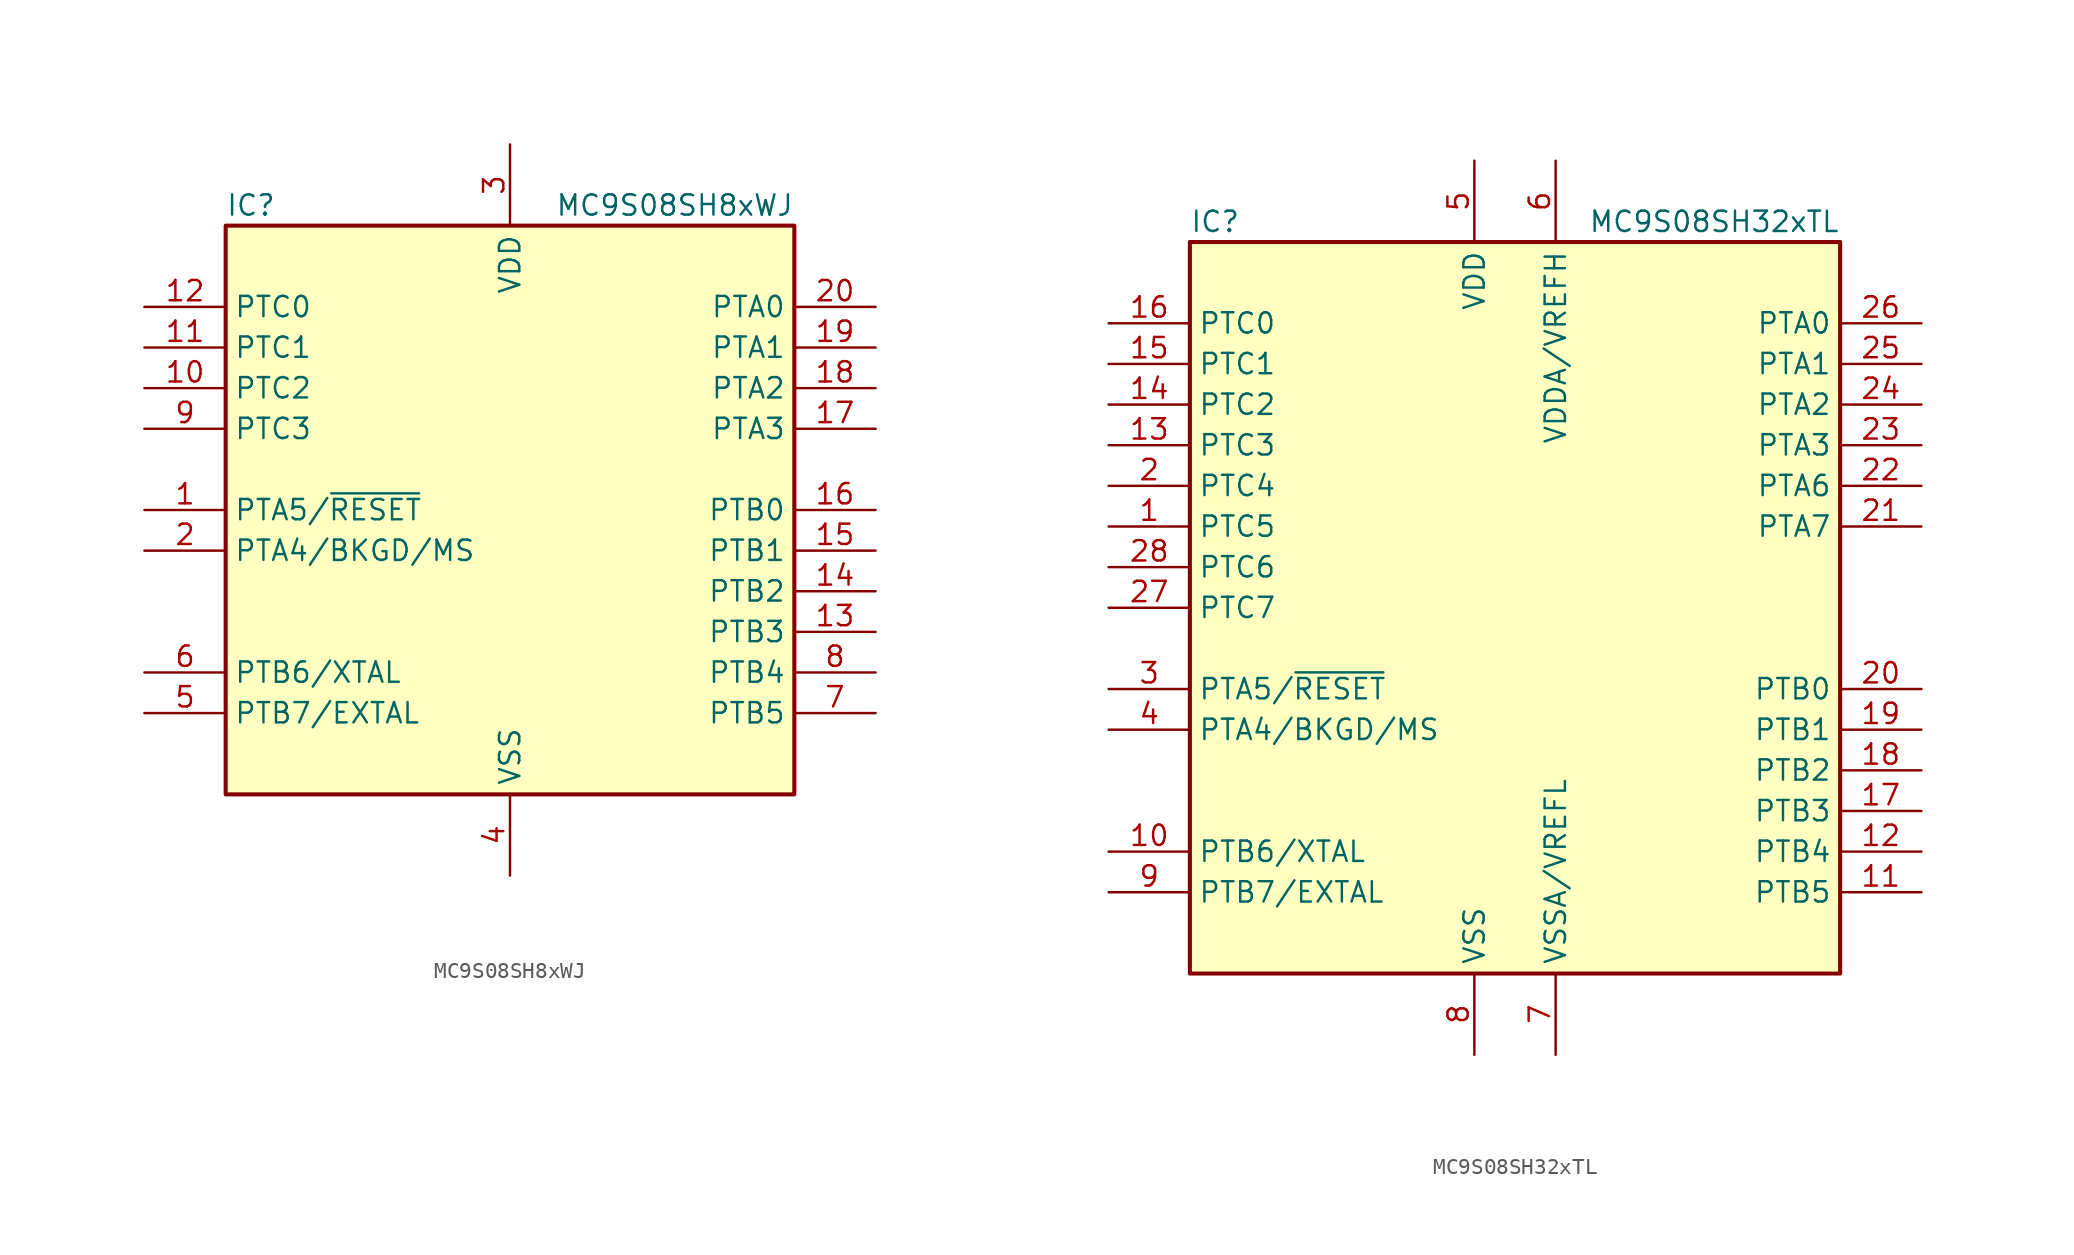
<source format=kicad_sym>
(kicad_symbol_lib
  (version 20220914)
  (generator kicad_symbol_editor)
  (symbol "MC9S08SH8xWJ"
    (property "Reference" "IC"
      (at -17.78 19.05 0)
      (effects (font (size 1.27 1.27)) (justify left)))
    (property "Value" "MC9S08SH8xWJ"
      (at 17.78 19.05 0)
      (effects (font (size 1.27 1.27)) (justify right)))
    (symbol "MC9S08SH8xWJ_0_1"
      (rectangle (start -17.78 17.78) (end 17.78 -17.78) (stroke (width 0.254) (type default)) (fill (type background))))
    (symbol "MC9S08SH8xWJ_1_1"
      (pin bidirectional line (at -22.86 0 0) (length 5.08) (name "PTA5/~{RESET}" (effects (font (size 1.27 1.27)))) (number "1" (effects (font (size 1.27 1.27)))))
      (pin bidirectional line (at -22.86 7.62 0) (length 5.08) (name "PTC2" (effects (font (size 1.27 1.27)))) (number "10" (effects (font (size 1.27 1.27)))))
      (pin bidirectional line (at -22.86 10.16 0) (length 5.08) (name "PTC1" (effects (font (size 1.27 1.27)))) (number "11" (effects (font (size 1.27 1.27)))))
      (pin bidirectional line (at -22.86 12.7 0) (length 5.08) (name "PTC0" (effects (font (size 1.27 1.27)))) (number "12" (effects (font (size 1.27 1.27)))))
      (pin bidirectional line (at 22.86 -7.62 180) (length 5.08) (name "PTB3" (effects (font (size 1.27 1.27)))) (number "13" (effects (font (size 1.27 1.27)))))
      (pin bidirectional line (at 22.86 -5.08 180) (length 5.08) (name "PTB2" (effects (font (size 1.27 1.27)))) (number "14" (effects (font (size 1.27 1.27)))))
      (pin bidirectional line (at 22.86 -2.54 180) (length 5.08) (name "PTB1" (effects (font (size 1.27 1.27)))) (number "15" (effects (font (size 1.27 1.27)))))
      (pin bidirectional line (at 22.86 0 180) (length 5.08) (name "PTB0" (effects (font (size 1.27 1.27)))) (number "16" (effects (font (size 1.27 1.27)))))
      (pin bidirectional line (at 22.86 5.08 180) (length 5.08) (name "PTA3" (effects (font (size 1.27 1.27)))) (number "17" (effects (font (size 1.27 1.27)))))
      (pin bidirectional line (at 22.86 7.62 180) (length 5.08) (name "PTA2" (effects (font (size 1.27 1.27)))) (number "18" (effects (font (size 1.27 1.27)))))
      (pin bidirectional line (at 22.86 10.16 180) (length 5.08) (name "PTA1" (effects (font (size 1.27 1.27)))) (number "19" (effects (font (size 1.27 1.27)))))
      (pin bidirectional line (at -22.86 -2.54 0) (length 5.08) (name "PTA4/BKGD/MS" (effects (font (size 1.27 1.27)))) (number "2" (effects (font (size 1.27 1.27)))))
      (pin bidirectional line (at 22.86 12.7 180) (length 5.08) (name "PTA0" (effects (font (size 1.27 1.27)))) (number "20" (effects (font (size 1.27 1.27)))))
      (pin power_in line (at 0 22.86 270) (length 5.08) (name "VDD" (effects (font (size 1.27 1.27)))) (number "3" (effects (font (size 1.27 1.27)))))
      (pin power_in line (at 0 -22.86 90) (length 5.08) (name "VSS" (effects (font (size 1.27 1.27)))) (number "4" (effects (font (size 1.27 1.27)))))
      (pin bidirectional line (at -22.86 -12.7 0) (length 5.08) (name "PTB7/EXTAL" (effects (font (size 1.27 1.27)))) (number "5" (effects (font (size 1.27 1.27)))))
      (pin bidirectional line (at -22.86 -10.16 0) (length 5.08) (name "PTB6/XTAL" (effects (font (size 1.27 1.27)))) (number "6" (effects (font (size 1.27 1.27)))))
      (pin bidirectional line (at 22.86 -12.7 180) (length 5.08) (name "PTB5" (effects (font (size 1.27 1.27)))) (number "7" (effects (font (size 1.27 1.27)))))
      (pin bidirectional line (at 22.86 -10.16 180) (length 5.08) (name "PTB4" (effects (font (size 1.27 1.27)))) (number "8" (effects (font (size 1.27 1.27)))))
      (pin bidirectional line (at -22.86 5.08 0) (length 5.08) (name "PTC3" (effects (font (size 1.27 1.27)))) (number "9" (effects (font (size 1.27 1.27)))))))
  (symbol "MC9S08SH32xTL"
    (property "Reference" "IC"
      (at -20.32 24.13 0)
      (effects (font (size 1.27 1.27)) (justify left)))
    (property "Value" "MC9S08SH32xTL"
      (at 20.32 24.13 0)
      (effects (font (size 1.27 1.27)) (justify right)))
    (symbol "MC9S08SH32xTL_0_1"
      (rectangle (start -20.32 22.86) (end 20.32 -22.86) (stroke (width 0.254) (type default)) (fill (type background))))
    (symbol "MC9S08SH32xTL_1_1"
      (pin bidirectional line (at -25.4 5.08 0) (length 5.08) (name "PTC5" (effects (font (size 1.27 1.27)))) (number "1" (effects (font (size 1.27 1.27)))))
      (pin bidirectional line (at -25.4 -15.24 0) (length 5.08) (name "PTB6/XTAL" (effects (font (size 1.27 1.27)))) (number "10" (effects (font (size 1.27 1.27)))))
      (pin bidirectional line (at 25.4 -17.78 180) (length 5.08) (name "PTB5" (effects (font (size 1.27 1.27)))) (number "11" (effects (font (size 1.27 1.27)))))
      (pin bidirectional line (at 25.4 -15.24 180) (length 5.08) (name "PTB4" (effects (font (size 1.27 1.27)))) (number "12" (effects (font (size 1.27 1.27)))))
      (pin bidirectional line (at -25.4 10.16 0) (length 5.08) (name "PTC3" (effects (font (size 1.27 1.27)))) (number "13" (effects (font (size 1.27 1.27)))))
      (pin bidirectional line (at -25.4 12.7 0) (length 5.08) (name "PTC2" (effects (font (size 1.27 1.27)))) (number "14" (effects (font (size 1.27 1.27)))))
      (pin bidirectional line (at -25.4 15.24 0) (length 5.08) (name "PTC1" (effects (font (size 1.27 1.27)))) (number "15" (effects (font (size 1.27 1.27)))))
      (pin bidirectional line (at -25.4 17.78 0) (length 5.08) (name "PTC0" (effects (font (size 1.27 1.27)))) (number "16" (effects (font (size 1.27 1.27)))))
      (pin bidirectional line (at 25.4 -12.7 180) (length 5.08) (name "PTB3" (effects (font (size 1.27 1.27)))) (number "17" (effects (font (size 1.27 1.27)))))
      (pin bidirectional line (at 25.4 -10.16 180) (length 5.08) (name "PTB2" (effects (font (size 1.27 1.27)))) (number "18" (effects (font (size 1.27 1.27)))))
      (pin bidirectional line (at 25.4 -7.62 180) (length 5.08) (name "PTB1" (effects (font (size 1.27 1.27)))) (number "19" (effects (font (size 1.27 1.27)))))
      (pin bidirectional line (at -25.4 7.62 0) (length 5.08) (name "PTC4" (effects (font (size 1.27 1.27)))) (number "2" (effects (font (size 1.27 1.27)))))
      (pin bidirectional line (at 25.4 -5.08 180) (length 5.08) (name "PTB0" (effects (font (size 1.27 1.27)))) (number "20" (effects (font (size 1.27 1.27)))))
      (pin bidirectional line (at 25.4 5.08 180) (length 5.08) (name "PTA7" (effects (font (size 1.27 1.27)))) (number "21" (effects (font (size 1.27 1.27)))))
      (pin bidirectional line (at 25.4 7.62 180) (length 5.08) (name "PTA6" (effects (font (size 1.27 1.27)))) (number "22" (effects (font (size 1.27 1.27)))))
      (pin bidirectional line (at 25.4 10.16 180) (length 5.08) (name "PTA3" (effects (font (size 1.27 1.27)))) (number "23" (effects (font (size 1.27 1.27)))))
      (pin bidirectional line (at 25.4 12.7 180) (length 5.08) (name "PTA2" (effects (font (size 1.27 1.27)))) (number "24" (effects (font (size 1.27 1.27)))))
      (pin bidirectional line (at 25.4 15.24 180) (length 5.08) (name "PTA1" (effects (font (size 1.27 1.27)))) (number "25" (effects (font (size 1.27 1.27)))))
      (pin bidirectional line (at 25.4 17.78 180) (length 5.08) (name "PTA0" (effects (font (size 1.27 1.27)))) (number "26" (effects (font (size 1.27 1.27)))))
      (pin bidirectional line (at -25.4 0 0) (length 5.08) (name "PTC7" (effects (font (size 1.27 1.27)))) (number "27" (effects (font (size 1.27 1.27)))))
      (pin bidirectional line (at -25.4 2.54 0) (length 5.08) (name "PTC6" (effects (font (size 1.27 1.27)))) (number "28" (effects (font (size 1.27 1.27)))))
      (pin bidirectional line (at -25.4 -5.08 0) (length 5.08) (name "PTA5/~{RESET}" (effects (font (size 1.27 1.27)))) (number "3" (effects (font (size 1.27 1.27)))))
      (pin bidirectional line (at -25.4 -7.62 0) (length 5.08) (name "PTA4/BKGD/MS" (effects (font (size 1.27 1.27)))) (number "4" (effects (font (size 1.27 1.27)))))
      (pin power_in line (at -2.54 27.94 270) (length 5.08) (name "VDD" (effects (font (size 1.27 1.27)))) (number "5" (effects (font (size 1.27 1.27)))))
      (pin power_in line (at 2.54 27.94 270) (length 5.08) (name "VDDA/VREFH" (effects (font (size 1.27 1.27)))) (number "6" (effects (font (size 1.27 1.27)))))
      (pin power_in line (at 2.54 -27.94 90) (length 5.08) (name "VSSA/VREFL" (effects (font (size 1.27 1.27)))) (number "7" (effects (font (size 1.27 1.27)))))
      (pin power_in line (at -2.54 -27.94 90) (length 5.08) (name "VSS" (effects (font (size 1.27 1.27)))) (number "8" (effects (font (size 1.27 1.27)))))
      (pin bidirectional line (at -25.4 -17.78 0) (length 5.08) (name "PTB7/EXTAL" (effects (font (size 1.27 1.27)))) (number "9" (effects (font (size 1.27 1.27))))))))
</source>
